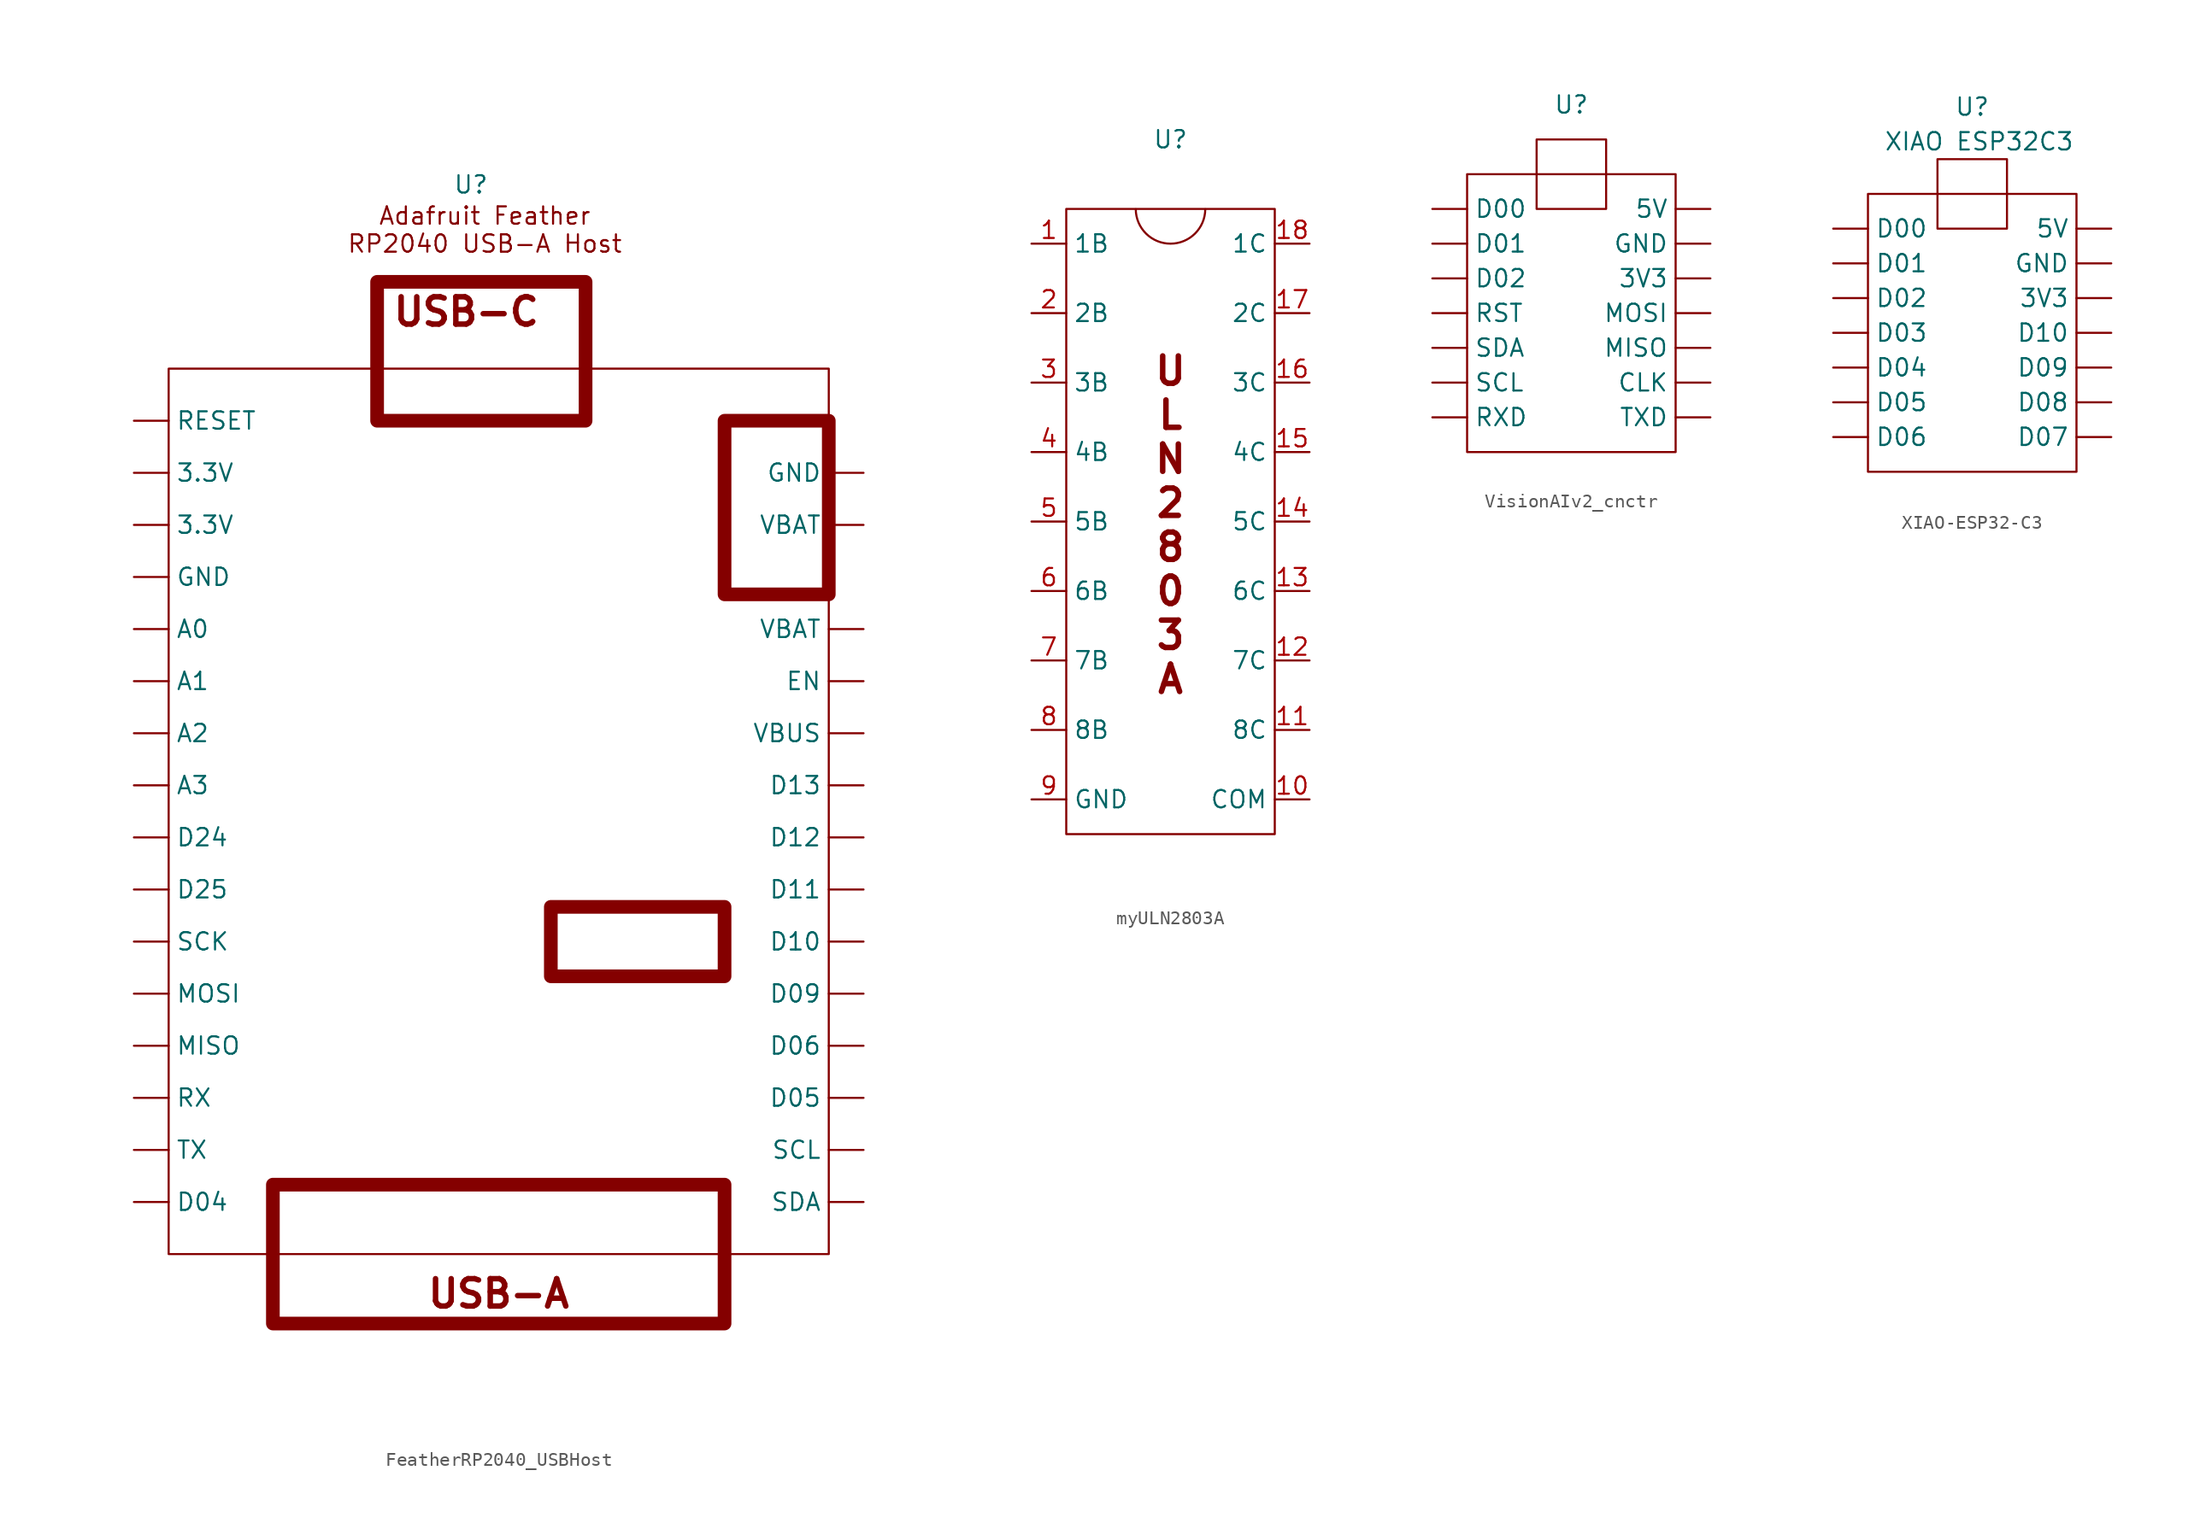
<source format=kicad_sym>
(kicad_symbol_lib
  (version 20241209)
  (generator "kicad_symbol_editor")
  (generator_version "9.0")
  (symbol "FeatherRP2040_USBHost"
    (property "Reference" "U"
      (at -0.762 -3.048 0)
      (effects (font (size 1.27 1.27))))
    (property "Value" ""
      (at -22.86 -22.86 0)
      (effects (font (size 1.27 1.27))))
    (symbol "FeatherRP2040_USBHost_0_1"
      (rectangle (start -22.86 -16.51) (end 25.4 -81.28) (stroke (width 0) (type default)) (fill (type none))))
    (symbol "FeatherRP2040_USBHost_1_1"
      (rectangle (start 5.08 -55.88) (end 17.78 -60.96) (stroke (width 1) (type solid)) (fill (type none)))
      (rectangle (start 17.78 -20.32) (end 25.4 -33.02) (stroke (width 1) (type solid)) (fill (type none)))
      (text "Adafruit Feather\nRP2040 USB-A Host" (at 0.254 -6.35 0) (effects (font (size 1.27 1.27))))
      (text_box "USB-A" (at -15.24 -76.2 0) (size 33.02 -10.16) (margins 1.016 1.016 1.016 1.016) (stroke (width 1) (type solid)) (fill (type none)) (effects (font (size 2 2) (thickness 0.4) (bold yes)) (justify bottom)))
      (text_box "USB-C" (at -7.62 -10.16 0) (size 15.24 -10.16) (margins 1.016 1.016 1.016 1.016) (stroke (width 1) (type solid)) (fill (type none)) (effects (font (size 2 2) (thickness 0.4) (bold yes)) (justify left top)))
      (pin input line (at -25.4 -20.32 0) (length 2.54) (name "RESET" (effects (font (size 1.27 1.27)))) (number "" (effects (font (size 1.27 1.27)))))
      (pin power_out line (at -25.4 -24.13 0) (length 2.54) (name "3.3V" (effects (font (size 1.27 1.27)))) (number "" (effects (font (size 1.27 1.27)))))
      (pin power_out line (at -25.4 -27.94 0) (length 2.54) (name "3.3V" (effects (font (size 1.27 1.27)))) (number "" (effects (font (size 1.27 1.27)))))
      (pin power_out line (at -25.4 -31.75 0) (length 2.54) (name "GND" (effects (font (size 1.27 1.27)))) (number "" (effects (font (size 1.27 1.27)))))
      (pin output line (at -25.4 -35.56 0) (length 2.54) (name "A0" (effects (font (size 1.27 1.27)))) (number "" (effects (font (size 1.27 1.27)))))
      (pin output line (at -25.4 -39.37 0) (length 2.54) (name "A1" (effects (font (size 1.27 1.27)))) (number "" (effects (font (size 1.27 1.27)))))
      (pin output line (at -25.4 -43.18 0) (length 2.54) (name "A2" (effects (font (size 1.27 1.27)))) (number "" (effects (font (size 1.27 1.27)))))
      (pin output line (at -25.4 -46.99 0) (length 2.54) (name "A3" (effects (font (size 1.27 1.27)))) (number "" (effects (font (size 1.27 1.27)))))
      (pin output line (at -25.4 -50.8 0) (length 2.54) (name "D24" (effects (font (size 1.27 1.27)))) (number "" (effects (font (size 1.27 1.27)))))
      (pin output line (at -25.4 -54.61 0) (length 2.54) (name "D25" (effects (font (size 1.27 1.27)))) (number "" (effects (font (size 1.27 1.27)))))
      (pin output line (at -25.4 -58.42 0) (length 2.54) (name "SCK" (effects (font (size 1.27 1.27)))) (number "" (effects (font (size 1.27 1.27)))))
      (pin output line (at -25.4 -62.23 0) (length 2.54) (name "MOSI" (effects (font (size 1.27 1.27)))) (number "" (effects (font (size 1.27 1.27)))))
      (pin output line (at -25.4 -66.04 0) (length 2.54) (name "MISO" (effects (font (size 1.27 1.27)))) (number "" (effects (font (size 1.27 1.27)))))
      (pin input line (at -25.4 -69.85 0) (length 2.54) (name "RX" (effects (font (size 1.27 1.27)))) (number "" (effects (font (size 1.27 1.27)))))
      (pin output line (at -25.4 -73.66 0) (length 2.54) (name "TX" (effects (font (size 1.27 1.27)))) (number "" (effects (font (size 1.27 1.27)))))
      (pin output line (at -25.4 -77.47 0) (length 2.54) (name "D04" (effects (font (size 1.27 1.27)))) (number "" (effects (font (size 1.27 1.27)))))
      (pin power_out line (at 27.94 -24.13 180) (length 2.54) (name "GND" (effects (font (size 1.27 1.27)))) (number "" (effects (font (size 1.27 1.27)))))
      (pin power_out line (at 27.94 -27.94 180) (length 2.54) (name "VBAT" (effects (font (size 1.27 1.27)))) (number "" (effects (font (size 1.27 1.27)))))
      (pin power_out line (at 27.94 -35.56 180) (length 2.54) (name "VBAT" (effects (font (size 1.27 1.27)))) (number "" (effects (font (size 1.27 1.27)))))
      (pin input line (at 27.94 -39.37 180) (length 2.54) (name "EN" (effects (font (size 1.27 1.27)))) (number "" (effects (font (size 1.27 1.27)))))
      (pin power_out line (at 27.94 -43.18 180) (length 2.54) (name "VBUS" (effects (font (size 1.27 1.27)))) (number "" (effects (font (size 1.27 1.27)))))
      (pin output line (at 27.94 -46.99 180) (length 2.54) (name "D13" (effects (font (size 1.27 1.27)))) (number "" (effects (font (size 1.27 1.27)))))
      (pin output line (at 27.94 -50.8 180) (length 2.54) (name "D12" (effects (font (size 1.27 1.27)))) (number "" (effects (font (size 1.27 1.27)))))
      (pin input line (at 27.94 -54.61 180) (length 2.54) (name "D11" (effects (font (size 1.27 1.27)))) (number "" (effects (font (size 1.27 1.27)))))
      (pin output line (at 27.94 -58.42 180) (length 2.54) (name "D10" (effects (font (size 1.27 1.27)))) (number "" (effects (font (size 1.27 1.27)))))
      (pin output line (at 27.94 -62.23 180) (length 2.54) (name "D09" (effects (font (size 1.27 1.27)))) (number "" (effects (font (size 1.27 1.27)))))
      (pin output line (at 27.94 -66.04 180) (length 2.54) (name "D06" (effects (font (size 1.27 1.27)))) (number "" (effects (font (size 1.27 1.27)))))
      (pin output line (at 27.94 -69.85 180) (length 2.54) (name "D05" (effects (font (size 1.27 1.27)))) (number "" (effects (font (size 1.27 1.27)))))
      (pin output line (at 27.94 -73.66 180) (length 2.54) (name "SCL" (effects (font (size 1.27 1.27)))) (number "" (effects (font (size 1.27 1.27)))))
      (pin output line (at 27.94 -77.47 180) (length 2.54) (name "SDA" (effects (font (size 1.27 1.27)))) (number "" (effects (font (size 1.27 1.27)))))))
  (symbol "myULN2803A"
    (property "Reference" "U"
      (at 0 0 0)
      (effects (font (size 1.27 1.27))))
    (property "Value" ""
      (at 0 0 0)
      (effects (font (size 1.27 1.27))))
    (symbol "myULN2803A_0_1"
      (rectangle (start -7.62 -5.08) (end 7.62 -50.8) (stroke (width 0) (type default)) (fill (type none)))
      (arc (start 2.54 -5.1025) (mid 0 -7.6201) (end -2.54 -5.1025) (stroke (width 0) (type default)) (fill (type none))))
    (symbol "myULN2803A_1_1"
      (text "U\nL\nN\n2\n8\n0\n3\nA" (at 0 -28.194 0) (effects (font (size 2 2) (thickness 0.4) (bold yes))))
      (pin input line (at -10.16 -7.62 0) (length 2.54) (name "1B" (effects (font (size 1.27 1.27)))) (number "1" (effects (font (size 1.27 1.27)))))
      (pin input line (at -10.16 -12.7 0) (length 2.54) (name "2B" (effects (font (size 1.27 1.27)))) (number "2" (effects (font (size 1.27 1.27)))))
      (pin input line (at -10.16 -17.78 0) (length 2.54) (name "3B" (effects (font (size 1.27 1.27)))) (number "3" (effects (font (size 1.27 1.27)))))
      (pin input line (at -10.16 -22.86 0) (length 2.54) (name "4B" (effects (font (size 1.27 1.27)))) (number "4" (effects (font (size 1.27 1.27)))))
      (pin input line (at -10.16 -27.94 0) (length 2.54) (name "5B" (effects (font (size 1.27 1.27)))) (number "5" (effects (font (size 1.27 1.27)))))
      (pin input line (at -10.16 -33.02 0) (length 2.54) (name "6B" (effects (font (size 1.27 1.27)))) (number "6" (effects (font (size 1.27 1.27)))))
      (pin input line (at -10.16 -38.1 0) (length 2.54) (name "7B" (effects (font (size 1.27 1.27)))) (number "7" (effects (font (size 1.27 1.27)))))
      (pin input line (at -10.16 -43.18 0) (length 2.54) (name "8B" (effects (font (size 1.27 1.27)))) (number "8" (effects (font (size 1.27 1.27)))))
      (pin power_in line (at -10.16 -48.26 0) (length 2.54) (name "GND" (effects (font (size 1.27 1.27)))) (number "9" (effects (font (size 1.27 1.27)))))
      (pin power_in line (at 10.16 -7.62 180) (length 2.54) (name "1C" (effects (font (size 1.27 1.27)))) (number "18" (effects (font (size 1.27 1.27)))))
      (pin power_in line (at 10.16 -12.7 180) (length 2.54) (name "2C" (effects (font (size 1.27 1.27)))) (number "17" (effects (font (size 1.27 1.27)))))
      (pin power_in line (at 10.16 -17.78 180) (length 2.54) (name "3C" (effects (font (size 1.27 1.27)))) (number "16" (effects (font (size 1.27 1.27)))))
      (pin power_in line (at 10.16 -22.86 180) (length 2.54) (name "4C" (effects (font (size 1.27 1.27)))) (number "15" (effects (font (size 1.27 1.27)))))
      (pin power_in line (at 10.16 -27.94 180) (length 2.54) (name "5C" (effects (font (size 1.27 1.27)))) (number "14" (effects (font (size 1.27 1.27)))))
      (pin power_in line (at 10.16 -33.02 180) (length 2.54) (name "6C" (effects (font (size 1.27 1.27)))) (number "13" (effects (font (size 1.27 1.27)))))
      (pin power_in line (at 10.16 -38.1 180) (length 2.54) (name "7C" (effects (font (size 1.27 1.27)))) (number "12" (effects (font (size 1.27 1.27)))))
      (pin power_in line (at 10.16 -43.18 180) (length 2.54) (name "8C" (effects (font (size 1.27 1.27)))) (number "11" (effects (font (size 1.27 1.27)))))
      (pin power_in line (at 10.16 -48.26 180) (length 2.54) (name "COM" (effects (font (size 1.27 1.27)))) (number "10" (effects (font (size 1.27 1.27)))))))
  (symbol "VisionAIv2_cnctr"
    (pin_numbers
      (hide yes))
    (property "Reference" "U"
      (at 0 0 0)
      (effects (font (size 1.27 1.27))))
    (property "Value" ""
      (at 0 0 0)
      (effects (font (size 1.27 1.27))))
    (symbol "VisionAIv2_cnctr_0_1"
      (rectangle (start -7.62 -5.08) (end 7.62 -25.4) (stroke (width 0) (type default)) (fill (type none)))
      (rectangle (start -2.54 -2.54) (end 2.54 -7.62) (stroke (width 0) (type default)) (fill (type none))))
    (symbol "VisionAIv2_cnctr_1_1"
      (pin bidirectional line (at -10.16 -7.62 0) (length 2.54) (name "D00" (effects (font (size 1.27 1.27)))) (number "" (effects (font (size 1.27 1.27)))))
      (pin bidirectional line (at -10.16 -10.16 0) (length 2.54) (name "D01" (effects (font (size 1.27 1.27)))) (number "" (effects (font (size 1.27 1.27)))))
      (pin bidirectional line (at -10.16 -12.7 0) (length 2.54) (name "D02" (effects (font (size 1.27 1.27)))) (number "" (effects (font (size 1.27 1.27)))))
      (pin bidirectional line (at -10.16 -15.24 0) (length 2.54) (name "RST" (effects (font (size 1.27 1.27)))) (number "" (effects (font (size 1.27 1.27)))))
      (pin bidirectional line (at -10.16 -17.78 0) (length 2.54) (name "SDA" (effects (font (size 1.27 1.27)))) (number "" (effects (font (size 1.27 1.27)))))
      (pin bidirectional line (at -10.16 -20.32 0) (length 2.54) (name "SCL" (effects (font (size 1.27 1.27)))) (number "" (effects (font (size 1.27 1.27)))))
      (pin bidirectional line (at -10.16 -22.86 0) (length 2.54) (name "RXD" (effects (font (size 1.27 1.27)))) (number "" (effects (font (size 1.27 1.27)))))
      (pin power_in line (at 10.16 -7.62 180) (length 2.54) (name "5V" (effects (font (size 1.27 1.27)))) (number "" (effects (font (size 1.27 1.27)))))
      (pin power_in line (at 10.16 -10.16 180) (length 2.54) (name "GND" (effects (font (size 1.27 1.27)))) (number "" (effects (font (size 1.27 1.27)))))
      (pin power_in line (at 10.16 -12.7 180) (length 2.54) (name "3V3" (effects (font (size 1.27 1.27)))) (number "" (effects (font (size 1.27 1.27)))))
      (pin bidirectional line (at 10.16 -15.24 180) (length 2.54) (name "MOSI" (effects (font (size 1.27 1.27)))) (number "" (effects (font (size 1.27 1.27)))))
      (pin bidirectional line (at 10.16 -17.78 180) (length 2.54) (name "MISO" (effects (font (size 1.27 1.27)))) (number "" (effects (font (size 1.27 1.27)))))
      (pin bidirectional line (at 10.16 -20.32 180) (length 2.54) (name "CLK" (effects (font (size 1.27 1.27)))) (number "" (effects (font (size 1.27 1.27)))))
      (pin bidirectional line (at 10.16 -22.86 180) (length 2.54) (name "TXD" (effects (font (size 1.27 1.27)))) (number "" (effects (font (size 1.27 1.27)))))))
  (symbol "XIAO-ESP32-C3"
    (property "Reference" "U"
      (at 0 17.272 0)
      (effects (font (size 1.27 1.27)) (justify top)))
    (property "Value" "XIAO ESP32C3"
      (at 0.508 14.732 0)
      (effects (font (size 1.27 1.27)) (justify top)))
    (symbol "XIAO-ESP32-C3_0_1"
      (rectangle (start -7.62 10.16) (end 7.62 -10.16) (stroke (width 0) (type default)) (fill (type none)))
      (rectangle (start -2.54 12.7) (end 2.54 7.62) (stroke (width 0) (type default)) (fill (type none))))
    (symbol "XIAO-ESP32-C3_1_1"
      (pin bidirectional line (at -10.16 7.62 0) (length 2.54) (name "D00" (effects (font (size 1.27 1.27)))) (number "" (effects (font (size 1.27 1.27)))))
      (pin bidirectional line (at -10.16 5.08 0) (length 2.54) (name "D01" (effects (font (size 1.27 1.27)))) (number "" (effects (font (size 1.27 1.27)))))
      (pin bidirectional line (at -10.16 2.54 0) (length 2.54) (name "D02" (effects (font (size 1.27 1.27)))) (number "" (effects (font (size 1.27 1.27)))))
      (pin bidirectional line (at -10.16 0 0) (length 2.54) (name "D03" (effects (font (size 1.27 1.27)))) (number "" (effects (font (size 1.27 1.27)))))
      (pin bidirectional line (at -10.16 -2.54 0) (length 2.54) (name "D04" (effects (font (size 1.27 1.27)))) (number "" (effects (font (size 1.27 1.27)))))
      (pin bidirectional line (at -10.16 -5.08 0) (length 2.54) (name "D05" (effects (font (size 1.27 1.27)))) (number "" (effects (font (size 1.27 1.27)))))
      (pin bidirectional line (at -10.16 -7.62 0) (length 2.54) (name "D06" (effects (font (size 1.27 1.27)))) (number "" (effects (font (size 1.27 1.27)))))
      (pin power_in line (at 10.16 7.62 180) (length 2.54) (name "5V" (effects (font (size 1.27 1.27)))) (number "" (effects (font (size 1.27 1.27)))))
      (pin power_in line (at 10.16 5.08 180) (length 2.54) (name "GND" (effects (font (size 1.27 1.27)))) (number "" (effects (font (size 1.27 1.27)))))
      (pin power_in line (at 10.16 2.54 180) (length 2.54) (name "3V3" (effects (font (size 1.27 1.27)))) (number "" (effects (font (size 1.27 1.27)))))
      (pin bidirectional line (at 10.16 0 180) (length 2.54) (name "D10" (effects (font (size 1.27 1.27)))) (number "" (effects (font (size 1.27 1.27)))))
      (pin bidirectional line (at 10.16 -2.54 180) (length 2.54) (name "D09" (effects (font (size 1.27 1.27)))) (number "" (effects (font (size 1.27 1.27)))))
      (pin bidirectional line (at 10.16 -5.08 180) (length 2.54) (name "D08" (effects (font (size 1.27 1.27)))) (number "" (effects (font (size 1.27 1.27)))))
      (pin bidirectional line (at 10.16 -7.62 180) (length 2.54) (name "D07" (effects (font (size 1.27 1.27)))) (number "" (effects (font (size 1.27 1.27))))))))
</source>
